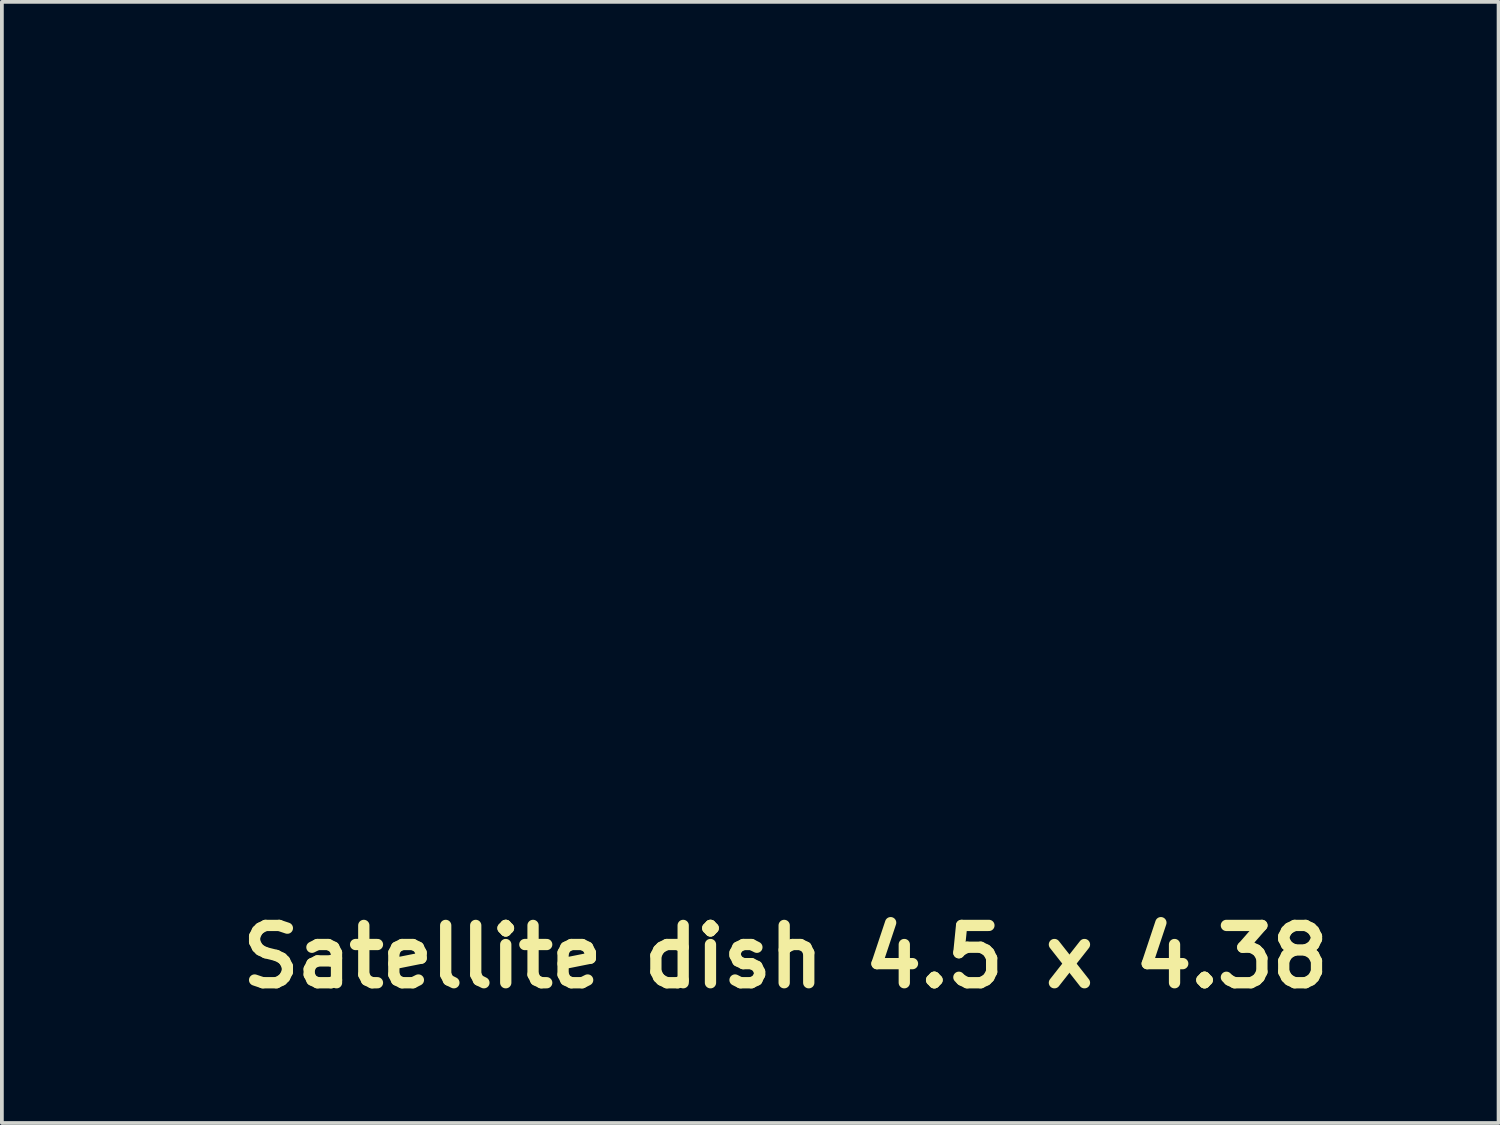
<source format=kicad_pcb>
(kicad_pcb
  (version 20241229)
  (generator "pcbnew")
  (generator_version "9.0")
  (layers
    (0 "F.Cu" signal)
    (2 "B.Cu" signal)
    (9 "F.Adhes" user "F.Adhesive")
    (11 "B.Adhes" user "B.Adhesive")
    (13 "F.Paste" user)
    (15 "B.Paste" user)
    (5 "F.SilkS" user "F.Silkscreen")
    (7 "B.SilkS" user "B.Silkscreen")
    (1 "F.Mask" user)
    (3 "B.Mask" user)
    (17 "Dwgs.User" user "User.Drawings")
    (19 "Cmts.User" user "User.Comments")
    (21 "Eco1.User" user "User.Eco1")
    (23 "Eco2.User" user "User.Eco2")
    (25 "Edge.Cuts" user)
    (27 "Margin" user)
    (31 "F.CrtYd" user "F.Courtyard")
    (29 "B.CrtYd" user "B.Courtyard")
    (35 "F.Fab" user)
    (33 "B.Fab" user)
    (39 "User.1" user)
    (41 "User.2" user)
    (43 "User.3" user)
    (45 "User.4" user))
  (footprint "Satellite dish 4.5 x 4.38"
    (layer "F.Cu")
    (at 17.834 22.387)
    (property "Reference" "Satellite dish 4.5 x 4.38" (at 0 0 0) (layer "F.SilkS") (effects (font (size 1.524 1.524) (thickness 0.3))))
    (attr board_only exclude_from_pos_files exclude_from_bom)
    (fp_poly (pts (xy -0.834 -12.561) (xy -1.727 -12.57) (xy -2.025 -12.573) (xy -2.309 -12.578) (xy -2.56 -12.583) (xy -2.756 -12.588) (xy -2.874 -12.593) (xy -4.309 -12.702) (xy -5.727 -12.862) (xy -7.119 -13.072) (xy -8.475 -13.33) (xy -9.788 -13.634) (xy -11.047 -13.981) (xy -12.244 -14.37) (xy -13.371 -14.798) (xy -14.084 -15.107) (xy -14.78 -15.447) (xy -15.418 -15.803) (xy -15.993 -16.17) (xy -16.5 -16.546) (xy -16.933 -16.925) (xy -17.287 -17.304) (xy -17.558 -17.679) (xy -17.662 -17.868) (xy -17.773 -18.168) (xy -17.831 -18.493) (xy -17.834 -18.81) (xy -17.782 -19.077) (xy -17.631 -19.388) (xy -17.39 -19.687) (xy -17.061 -19.974) (xy -16.645 -20.247) (xy -16.145 -20.507) (xy -15.563 -20.752) (xy -14.9 -20.983) (xy -14.158 -21.198) (xy -13.339 -21.397) (xy -12.446 -21.58) (xy -11.479 -21.745) (xy -10.441 -21.892) (xy -9.334 -22.021) (xy -8.181 -22.129) (xy -7.057 -22.213) (xy -5.883 -22.282) (xy -4.694 -22.334) (xy -3.52 -22.37) (xy -2.396 -22.386) (xy -2.097 -22.387) (xy -0.834 -22.387)) (stroke (width 0) (type solid)) (fill yes) (layer "F.Mask"))
    (fp_poly (pts (xy 0.568 -22.387) (xy 1.328 -22.38) (xy 2.156 -22.361) (xy 3.03 -22.331) (xy 3.925 -22.291) (xy 4.818 -22.242) (xy 5.687 -22.186) (xy 6.42 -22.129) (xy 7.574 -22.021) (xy 8.667 -21.892) (xy 9.696 -21.745) (xy 10.656 -21.578) (xy 11.546 -21.395) (xy 12.362 -21.194) (xy 13.1 -20.977) (xy 13.757 -20.745) (xy 14.33 -20.499) (xy 14.815 -20.238) (xy 14.965 -20.143) (xy 15.241 -19.937) (xy 15.492 -19.704) (xy 15.7 -19.464) (xy 15.845 -19.239) (xy 15.864 -19.201) (xy 15.933 -18.96) (xy 15.956 -18.668) (xy 15.933 -18.355) (xy 15.877 -18.1) (xy 15.738 -17.767) (xy 15.513 -17.42) (xy 15.207 -17.063) (xy 14.824 -16.701) (xy 14.369 -16.336) (xy 13.848 -15.974) (xy 13.265 -15.619) (xy 12.624 -15.274) (xy 12.445 -15.185) (xy 11.503 -14.758) (xy 10.482 -14.363) (xy 9.393 -14.001) (xy 8.246 -13.674) (xy 7.049 -13.385) (xy 5.813 -13.136) (xy 4.548 -12.929) (xy 3.263 -12.766) (xy 1.968 -12.649) (xy 0.673 -12.58) (xy 0.545 -12.576) (xy -0.464 -12.546) (xy -0.464 -22.387)) (stroke (width 0) (type solid)) (fill yes) (layer "F.Mask")))
  (gr_rect
    (start -3 -3)
    (end 36.79 26.805)
    (stroke (width 0.1) (type default))
    (fill no)
    (layer "Edge.Cuts")))
</source>
